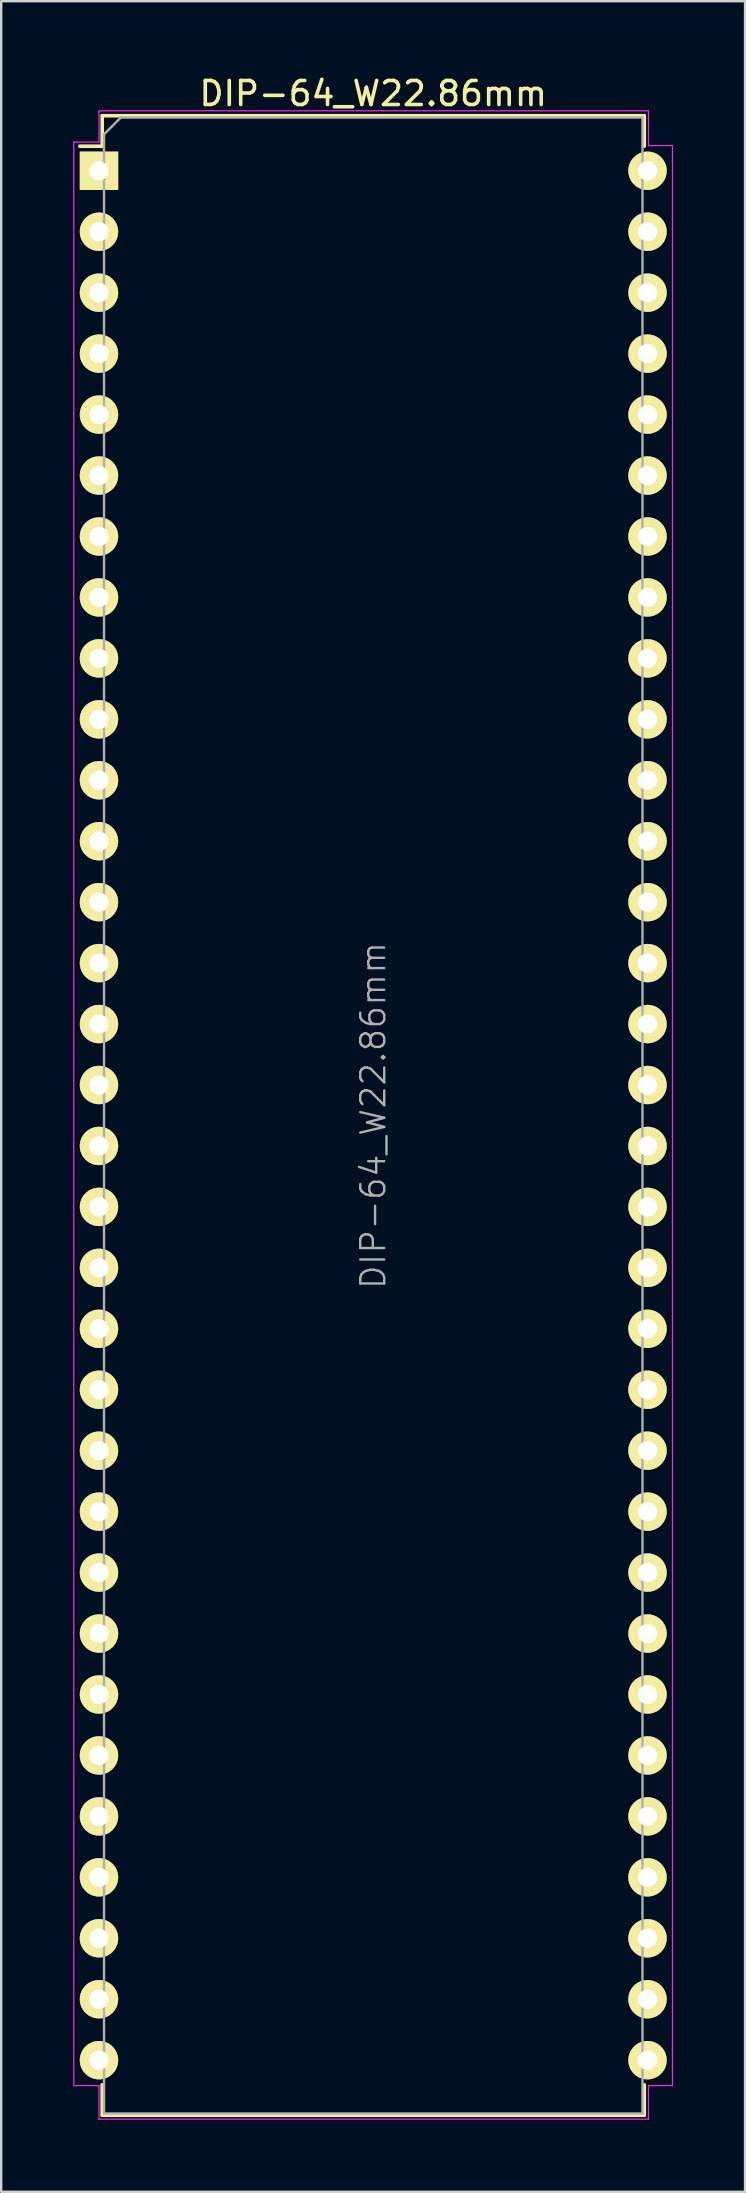
<source format=kicad_pcb>
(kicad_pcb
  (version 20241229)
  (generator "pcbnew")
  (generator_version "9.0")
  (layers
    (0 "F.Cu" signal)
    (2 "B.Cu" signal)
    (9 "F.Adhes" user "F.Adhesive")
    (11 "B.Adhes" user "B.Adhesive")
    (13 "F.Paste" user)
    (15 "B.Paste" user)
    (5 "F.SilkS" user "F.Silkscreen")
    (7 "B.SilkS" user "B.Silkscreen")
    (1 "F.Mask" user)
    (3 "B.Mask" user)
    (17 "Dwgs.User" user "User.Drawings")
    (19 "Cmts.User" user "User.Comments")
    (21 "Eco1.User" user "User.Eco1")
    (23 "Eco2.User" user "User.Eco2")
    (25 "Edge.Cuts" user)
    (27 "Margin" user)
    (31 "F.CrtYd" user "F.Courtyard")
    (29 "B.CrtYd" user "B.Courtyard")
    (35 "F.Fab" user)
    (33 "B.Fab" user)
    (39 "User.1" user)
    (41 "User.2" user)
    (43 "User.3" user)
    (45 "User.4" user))
  (footprint "DIP-64_W22.86mm"
    (layer "F.Cu")
    (at 1.075 4.068)
    (property "Reference" "DIP-64_W22.86mm" (at 11.43 -3.22 0) (layer "F.SilkS") (effects (font (size 1 1) (thickness 0.15))))
    (attr smd)
    (fp_line (start 0.135 -2.295) (end 0.135 -1.025) (stroke (width 0.15) (type solid)) (layer "F.SilkS"))
    (fp_line (start 0.135 -2.295) (end 22.725 -2.295) (stroke (width 0.15) (type solid)) (layer "F.SilkS"))
    (fp_line (start 0.135 -1.025) (end -0.8 -1.025) (stroke (width 0.15) (type solid)) (layer "F.SilkS"))
    (fp_line (start 0.135 81.035) (end 0.135 79.765) (stroke (width 0.15) (type solid)) (layer "F.SilkS"))
    (fp_line (start 0.135 81.035) (end 22.725 81.035) (stroke (width 0.15) (type solid)) (layer "F.SilkS"))
    (fp_line (start 22.725 -2.295) (end 22.725 -1.025) (stroke (width 0.15) (type solid)) (layer "F.SilkS"))
    (fp_line (start 22.725 81.035) (end 22.725 79.765) (stroke (width 0.15) (type solid)) (layer "F.SilkS"))
    (fp_line (start -1.05 -1.2) (end -1.05 79.8) (stroke (width 0.05) (type solid)) (layer "F.CrtYd"))
    (fp_line (start -1.05 -1.2) (end 0 -1.2) (stroke (width 0.05) (type solid)) (layer "F.CrtYd"))
    (fp_line (start -1.05 79.8) (end 0 79.8) (stroke (width 0.05) (type solid)) (layer "F.CrtYd"))
    (fp_line (start 0 -2.5) (end 0 -1.2) (stroke (width 0.05) (type solid)) (layer "F.CrtYd"))
    (fp_line (start 0 81.2) (end 0 79.8) (stroke (width 0.05) (type solid)) (layer "F.CrtYd"))
    (fp_line (start 22.9 -2.5) (end 0 -2.5) (stroke (width 0.05) (type solid)) (layer "F.CrtYd"))
    (fp_line (start 22.9 -2.5) (end 22.9 -1.05) (stroke (width 0.05) (type solid)) (layer "F.CrtYd"))
    (fp_line (start 22.9 81.2) (end 0 81.2) (stroke (width 0.05) (type solid)) (layer "F.CrtYd"))
    (fp_line (start 22.9 81.2) (end 22.9 79.8) (stroke (width 0.05) (type solid)) (layer "F.CrtYd"))
    (fp_line (start 23.9 -1.05) (end 22.9 -1.05) (stroke (width 0.05) (type solid)) (layer "F.CrtYd"))
    (fp_line (start 23.9 -1.05) (end 23.9 79.8) (stroke (width 0.05) (type solid)) (layer "F.CrtYd"))
    (fp_line (start 23.9 79.8) (end 22.9 79.8) (stroke (width 0.05) (type solid)) (layer "F.CrtYd"))
    (fp_line (start 0.21 -1.52) (end 0.91 -2.22) (stroke (width 0.1) (type solid)) (layer "F.Fab"))
    (fp_line (start 0.21 80.96) (end 0.21 -1.52) (stroke (width 0.1) (type solid)) (layer "F.Fab"))
    (fp_line (start 22.65 -2.22) (end 0.91 -2.22) (stroke (width 0.1) (type solid)) (layer "F.Fab"))
    (fp_line (start 22.65 80.96) (end 0.21 80.96) (stroke (width 0.1) (type solid)) (layer "F.Fab"))
    (fp_line (start 22.65 80.96) (end 22.65 -2.22) (stroke (width 0.1) (type solid)) (layer "F.Fab"))
    (fp_text user "${REFERENCE}" (at 11.43 39.37 90) (layer "F.Fab") (effects (font (size 1 1) (thickness 0.1))))
    (pad "1" thru_hole rect (at 0 0) (size 1.6 1.6) (drill 0.8) (layers "*.Cu" "*.Mask" "F.SilkS"))
    (pad "2" thru_hole oval (at 0 2.54) (size 1.6 1.6) (drill 0.8) (layers "*.Cu" "*.Mask" "F.SilkS"))
    (pad "3" thru_hole oval (at 0 5.08) (size 1.6 1.6) (drill 0.8) (layers "*.Cu" "*.Mask" "F.SilkS"))
    (pad "4" thru_hole oval (at 0 7.62) (size 1.6 1.6) (drill 0.8) (layers "*.Cu" "*.Mask" "F.SilkS"))
    (pad "5" thru_hole oval (at 0 10.16) (size 1.6 1.6) (drill 0.8) (layers "*.Cu" "*.Mask" "F.SilkS"))
    (pad "6" thru_hole oval (at 0 12.7) (size 1.6 1.6) (drill 0.8) (layers "*.Cu" "*.Mask" "F.SilkS"))
    (pad "7" thru_hole oval (at 0 15.24) (size 1.6 1.6) (drill 0.8) (layers "*.Cu" "*.Mask" "F.SilkS"))
    (pad "8" thru_hole oval (at 0 17.78) (size 1.6 1.6) (drill 0.8) (layers "*.Cu" "*.Mask" "F.SilkS"))
    (pad "9" thru_hole oval (at 0 20.32) (size 1.6 1.6) (drill 0.8) (layers "*.Cu" "*.Mask" "F.SilkS"))
    (pad "10" thru_hole oval (at 0 22.86) (size 1.6 1.6) (drill 0.8) (layers "*.Cu" "*.Mask" "F.SilkS"))
    (pad "11" thru_hole oval (at 0 25.4) (size 1.6 1.6) (drill 0.8) (layers "*.Cu" "*.Mask" "F.SilkS"))
    (pad "12" thru_hole oval (at 0 27.94) (size 1.6 1.6) (drill 0.8) (layers "*.Cu" "*.Mask" "F.SilkS"))
    (pad "13" thru_hole oval (at 0 30.48) (size 1.6 1.6) (drill 0.8) (layers "*.Cu" "*.Mask" "F.SilkS"))
    (pad "14" thru_hole oval (at 0 33.02) (size 1.6 1.6) (drill 0.8) (layers "*.Cu" "*.Mask" "F.SilkS"))
    (pad "15" thru_hole oval (at 0 35.56) (size 1.6 1.6) (drill 0.8) (layers "*.Cu" "*.Mask" "F.SilkS"))
    (pad "16" thru_hole oval (at 0 38.1) (size 1.6 1.6) (drill 0.8) (layers "*.Cu" "*.Mask" "F.SilkS"))
    (pad "17" thru_hole oval (at 0 40.64) (size 1.6 1.6) (drill 0.8) (layers "*.Cu" "*.Mask" "F.SilkS"))
    (pad "18" thru_hole oval (at 0 43.18) (size 1.6 1.6) (drill 0.8) (layers "*.Cu" "*.Mask" "F.SilkS"))
    (pad "19" thru_hole oval (at 0 45.72) (size 1.6 1.6) (drill 0.8) (layers "*.Cu" "*.Mask" "F.SilkS"))
    (pad "20" thru_hole oval (at 0 48.26) (size 1.6 1.6) (drill 0.8) (layers "*.Cu" "*.Mask" "F.SilkS"))
    (pad "21" thru_hole oval (at 0 50.8) (size 1.6 1.6) (drill 0.8) (layers "*.Cu" "*.Mask" "F.SilkS"))
    (pad "22" thru_hole oval (at 0 53.34) (size 1.6 1.6) (drill 0.8) (layers "*.Cu" "*.Mask" "F.SilkS"))
    (pad "23" thru_hole oval (at 0 55.88) (size 1.6 1.6) (drill 0.8) (layers "*.Cu" "*.Mask" "F.SilkS"))
    (pad "24" thru_hole oval (at 0 58.42) (size 1.6 1.6) (drill 0.8) (layers "*.Cu" "*.Mask" "F.SilkS"))
    (pad "25" thru_hole oval (at 0 60.96) (size 1.6 1.6) (drill 0.8) (layers "*.Cu" "*.Mask" "F.SilkS"))
    (pad "26" thru_hole oval (at 0 63.5) (size 1.6 1.6) (drill 0.8) (layers "*.Cu" "*.Mask" "F.SilkS"))
    (pad "27" thru_hole oval (at 0 66.04) (size 1.6 1.6) (drill 0.8) (layers "*.Cu" "*.Mask" "F.SilkS"))
    (pad "28" thru_hole oval (at 0 68.58) (size 1.6 1.6) (drill 0.8) (layers "*.Cu" "*.Mask" "F.SilkS"))
    (pad "29" thru_hole oval (at 0 71.12) (size 1.6 1.6) (drill 0.8) (layers "*.Cu" "*.Mask" "F.SilkS"))
    (pad "30" thru_hole oval (at 0 73.66) (size 1.6 1.6) (drill 0.8) (layers "*.Cu" "*.Mask" "F.SilkS"))
    (pad "31" thru_hole oval (at 0 76.2) (size 1.6 1.6) (drill 0.8) (layers "*.Cu" "*.Mask" "F.SilkS"))
    (pad "32" thru_hole oval (at 0 78.74) (size 1.6 1.6) (drill 0.8) (layers "*.Cu" "*.Mask" "F.SilkS"))
    (pad "33" thru_hole oval (at 22.86 78.74) (size 1.6 1.6) (drill 0.8) (layers "*.Cu" "*.Mask" "F.SilkS"))
    (pad "34" thru_hole oval (at 22.86 76.2) (size 1.6 1.6) (drill 0.8) (layers "*.Cu" "*.Mask" "F.SilkS"))
    (pad "35" thru_hole oval (at 22.86 73.66) (size 1.6 1.6) (drill 0.8) (layers "*.Cu" "*.Mask" "F.SilkS"))
    (pad "36" thru_hole oval (at 22.86 71.12) (size 1.6 1.6) (drill 0.8) (layers "*.Cu" "*.Mask" "F.SilkS"))
    (pad "37" thru_hole oval (at 22.86 68.58) (size 1.6 1.6) (drill 0.8) (layers "*.Cu" "*.Mask" "F.SilkS"))
    (pad "38" thru_hole oval (at 22.86 66.04) (size 1.6 1.6) (drill 0.8) (layers "*.Cu" "*.Mask" "F.SilkS"))
    (pad "39" thru_hole oval (at 22.86 63.5) (size 1.6 1.6) (drill 0.8) (layers "*.Cu" "*.Mask" "F.SilkS"))
    (pad "40" thru_hole oval (at 22.86 60.96) (size 1.6 1.6) (drill 0.8) (layers "*.Cu" "*.Mask" "F.SilkS"))
    (pad "41" thru_hole oval (at 22.86 58.42) (size 1.6 1.6) (drill 0.8) (layers "*.Cu" "*.Mask" "F.SilkS"))
    (pad "42" thru_hole oval (at 22.86 55.88) (size 1.6 1.6) (drill 0.8) (layers "*.Cu" "*.Mask" "F.SilkS"))
    (pad "43" thru_hole oval (at 22.86 53.34) (size 1.6 1.6) (drill 0.8) (layers "*.Cu" "*.Mask" "F.SilkS"))
    (pad "44" thru_hole oval (at 22.86 50.8) (size 1.6 1.6) (drill 0.8) (layers "*.Cu" "*.Mask" "F.SilkS"))
    (pad "45" thru_hole oval (at 22.86 48.26) (size 1.6 1.6) (drill 0.8) (layers "*.Cu" "*.Mask" "F.SilkS"))
    (pad "46" thru_hole oval (at 22.86 45.72) (size 1.6 1.6) (drill 0.8) (layers "*.Cu" "*.Mask" "F.SilkS"))
    (pad "47" thru_hole oval (at 22.86 43.18) (size 1.6 1.6) (drill 0.8) (layers "*.Cu" "*.Mask" "F.SilkS"))
    (pad "48" thru_hole oval (at 22.86 40.64) (size 1.6 1.6) (drill 0.8) (layers "*.Cu" "*.Mask" "F.SilkS"))
    (pad "49" thru_hole oval (at 22.86 38.1) (size 1.6 1.6) (drill 0.8) (layers "*.Cu" "*.Mask" "F.SilkS"))
    (pad "50" thru_hole oval (at 22.86 35.56) (size 1.6 1.6) (drill 0.8) (layers "*.Cu" "*.Mask" "F.SilkS"))
    (pad "51" thru_hole oval (at 22.86 33.02) (size 1.6 1.6) (drill 0.8) (layers "*.Cu" "*.Mask" "F.SilkS"))
    (pad "52" thru_hole oval (at 22.86 30.48) (size 1.6 1.6) (drill 0.8) (layers "*.Cu" "*.Mask" "F.SilkS"))
    (pad "53" thru_hole oval (at 22.86 27.94) (size 1.6 1.6) (drill 0.8) (layers "*.Cu" "*.Mask" "F.SilkS"))
    (pad "54" thru_hole oval (at 22.86 25.4) (size 1.6 1.6) (drill 0.8) (layers "*.Cu" "*.Mask" "F.SilkS"))
    (pad "55" thru_hole oval (at 22.86 22.86) (size 1.6 1.6) (drill 0.8) (layers "*.Cu" "*.Mask" "F.SilkS"))
    (pad "56" thru_hole oval (at 22.86 20.32) (size 1.6 1.6) (drill 0.8) (layers "*.Cu" "*.Mask" "F.SilkS"))
    (pad "57" thru_hole oval (at 22.86 17.78) (size 1.6 1.6) (drill 0.8) (layers "*.Cu" "*.Mask" "F.SilkS"))
    (pad "58" thru_hole oval (at 22.86 15.24) (size 1.6 1.6) (drill 0.8) (layers "*.Cu" "*.Mask" "F.SilkS"))
    (pad "59" thru_hole oval (at 22.86 12.7) (size 1.6 1.6) (drill 0.8) (layers "*.Cu" "*.Mask" "F.SilkS"))
    (pad "60" thru_hole oval (at 22.86 10.16) (size 1.6 1.6) (drill 0.8) (layers "*.Cu" "*.Mask" "F.SilkS"))
    (pad "61" thru_hole oval (at 22.86 7.62) (size 1.6 1.6) (drill 0.8) (layers "*.Cu" "*.Mask" "F.SilkS"))
    (pad "62" thru_hole oval (at 22.86 5.08) (size 1.6 1.6) (drill 0.8) (layers "*.Cu" "*.Mask" "F.SilkS"))
    (pad "63" thru_hole oval (at 22.86 2.54) (size 1.6 1.6) (drill 0.8) (layers "*.Cu" "*.Mask" "F.SilkS"))
    (pad "64" thru_hole oval (at 22.86 0) (size 1.6 1.6) (drill 0.8) (layers "*.Cu" "*.Mask" "F.SilkS")))
  (gr_rect
    (start -3 -3)
    (end 28 88.293)
    (stroke (width 0.1) (type default))
    (fill no)
    (layer "Edge.Cuts")))
</source>
